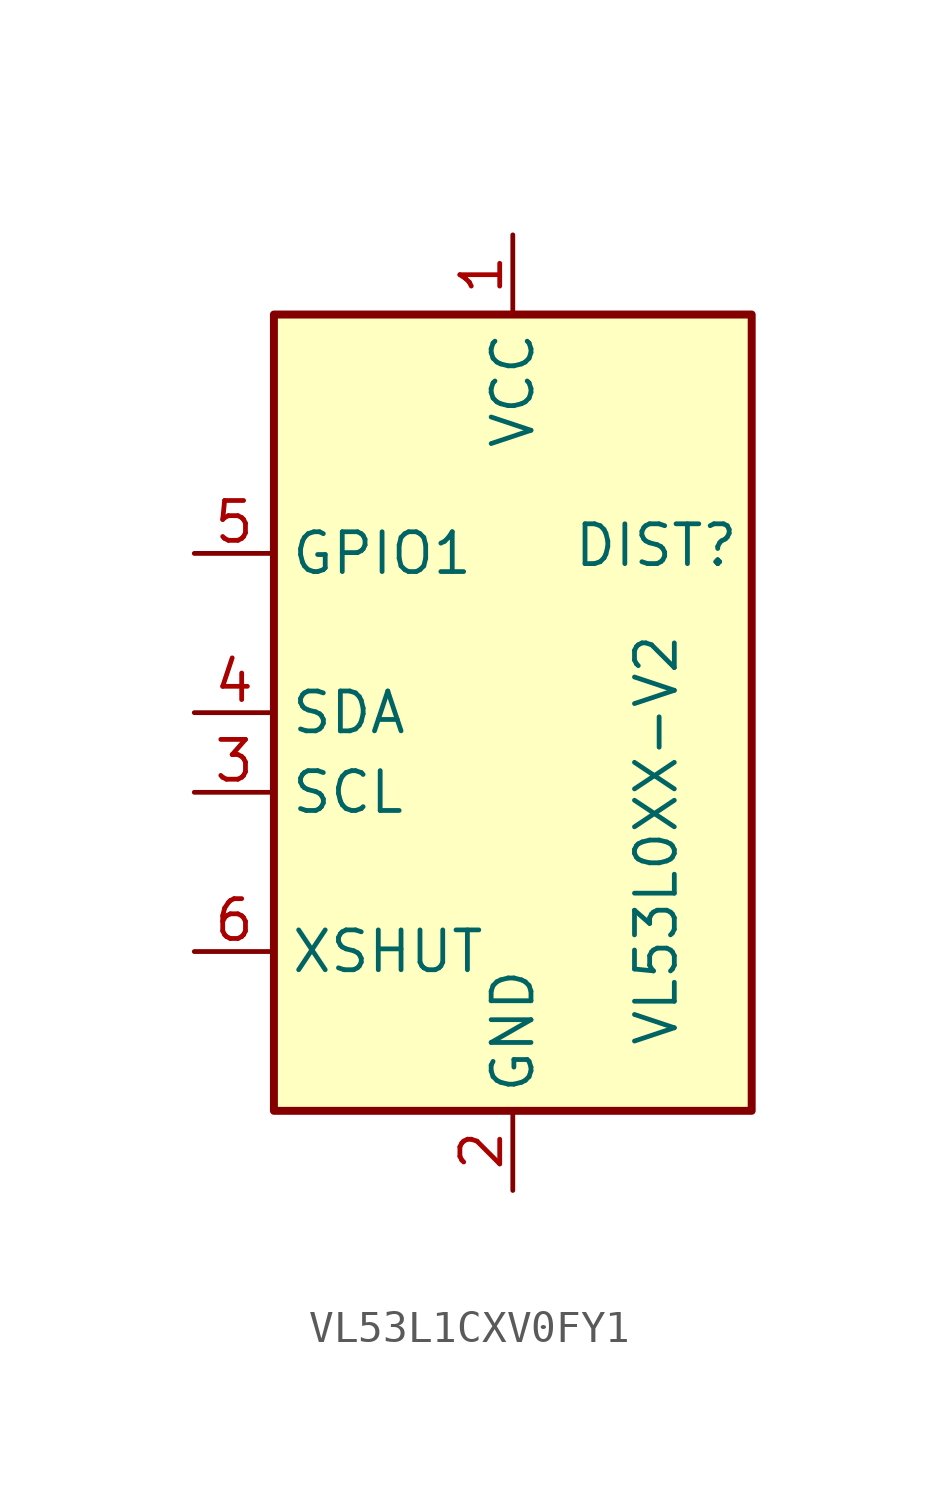
<source format=kicad_sym>
(kicad_symbol_lib
  (version 20241209)
  (generator "kicad_symbol_editor")
  (generator_version "9.0")
  (symbol "VL53L1CXV0FY1"
    (property "Reference" "DIST"
      (at 4.572 5.334 0)
      (effects (font (size 1.27 1.27))))
    (property "Value" "VL53L0XX-V2"
      (at 4.572 -4.064 90)
      (effects (font (size 1.27 1.27))))
    (symbol "VL53L1CXV0FY1_0_1"
      (rectangle (start -7.62 12.7) (end 7.62 -12.7) (stroke (width 0.254) (type default)) (fill (type background))))
    (symbol "VL53L1CXV0FY1_1_1"
      (pin input line (at -10.16 5.08 0) (length 2.54) (name "GPIO1" (effects (font (size 1.27 1.27)))) (number "5" (effects (font (size 1.27 1.27)))))
      (pin bidirectional line (at -10.16 0 0) (length 2.54) (name "SDA" (effects (font (size 1.27 1.27)))) (number "4" (effects (font (size 1.27 1.27)))))
      (pin bidirectional line (at -10.16 -2.54 0) (length 2.54) (name "SCL" (effects (font (size 1.27 1.27)))) (number "3" (effects (font (size 1.27 1.27)))))
      (pin input line (at -10.16 -7.62 0) (length 2.54) (name "XSHUT" (effects (font (size 1.27 1.27)))) (number "6" (effects (font (size 1.27 1.27)))))
      (pin power_in line (at 0 15.24 270) (length 2.54) (name "VCC" (effects (font (size 1.27 1.27)))) (number "1" (effects (font (size 1.27 1.27)))))
      (pin power_in line (at 0 -15.24 90) (length 2.54) (name "GND" (effects (font (size 1.27 1.27)))) (number "2" (effects (font (size 1.27 1.27))))))))
</source>
